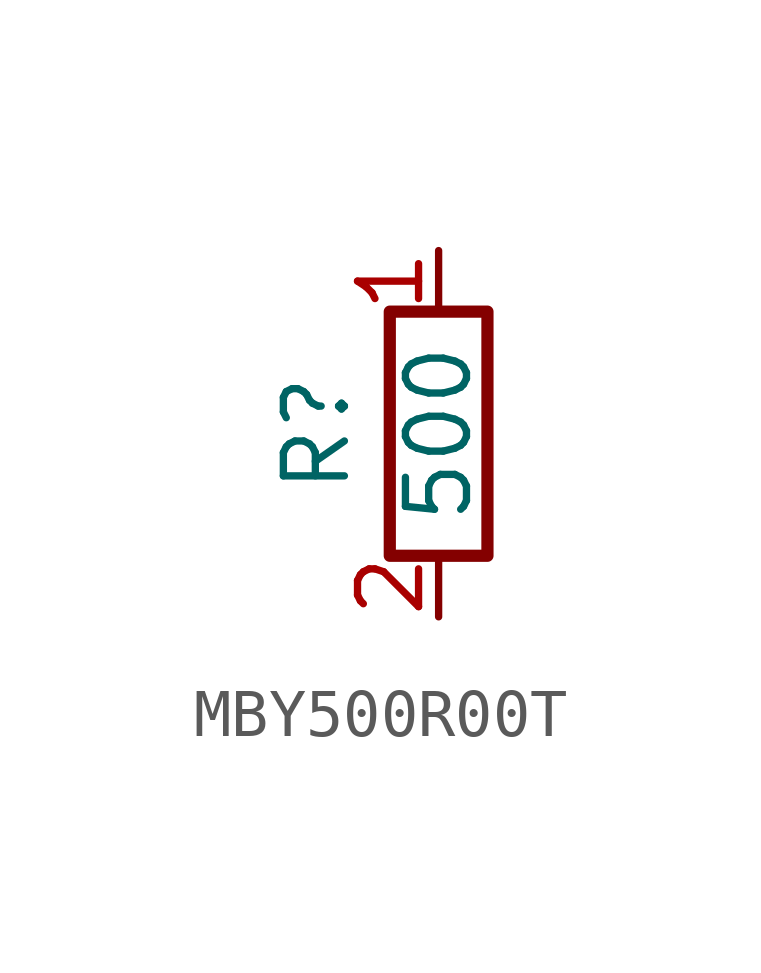
<source format=kicad_sym>
(kicad_symbol_lib
  (version 20220914)
  (generator kicad_symbol_editor)
  (symbol "MBY500R00T"
    (property "Reference" "R"
      (at -2.54 0 90)
      (effects (font (size 1.27 1.27))))
    (property "Value" "500"
      (at 0 0 90)
      (effects (font (size 1.27 1.27))))
    (property "Footprint" ""
      (at 0 0 0)
      (effects (font (size 1.27 1.27))))
    (property "Datasheet" ""
      (at 0 0 0)
      (effects (font (size 1.27 1.27))))
    (symbol "MBY500R00T_0_1"
      (rectangle (start -1.016 2.54) (end 1.016 -2.54) (stroke (width 0.254) (type default)) (fill (type none))))
    (symbol "MBY500R00T_1_1"
      (pin passive line (at 0 3.81 270) (length 1.27) (name "~" (effects (font (size 1.27 1.27)))) (number "1" (effects (font (size 1.27 1.27)))))
      (pin passive line (at 0 -3.81 90) (length 1.27) (name "~" (effects (font (size 1.27 1.27)))) (number "2" (effects (font (size 1.27 1.27))))))))
</source>
